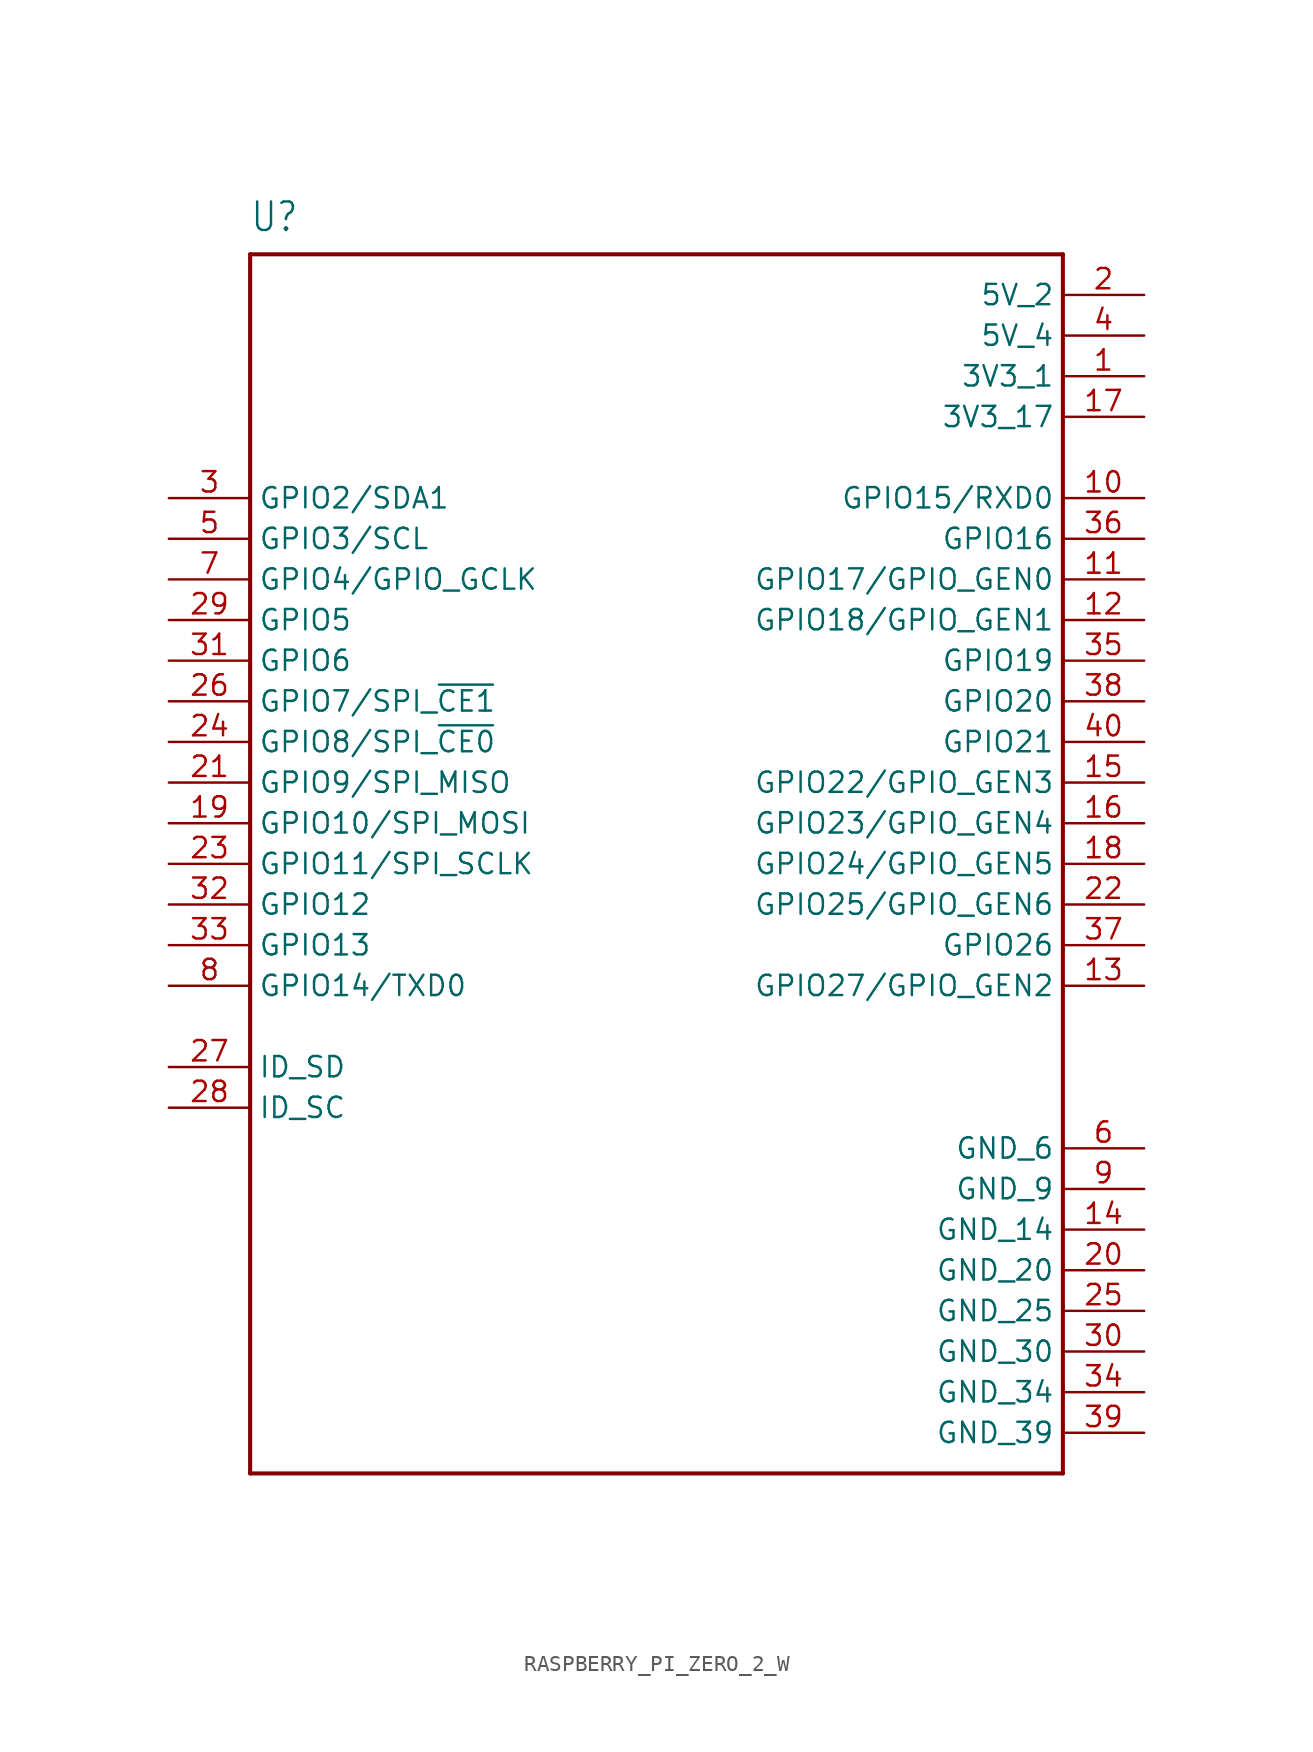
<source format=kicad_sym>
(kicad_symbol_lib
  (version 20231120)
  (generator "kicad_symbol_editor")
  (generator_version "8.0")
  (symbol "RASPBERRY_PI_ZERO_2_W"
    (property "Reference" "U"
      (at -25.42 39.396 0)
      (effects (font (size 1.78 1.513)) (justify left bottom)))
    (property "Value" ""
      (at -25.419 -40.669 0)
      (effects (font (size 1.78 1.513)) (justify left bottom)))
    (property "ki_locked" ""
      (at 0 0 0)
      (effects (font (size 1.27 1.27))))
    (symbol "RASPBERRY_PI_ZERO_2_W_1_0"
      (polyline (pts (xy -25.4 -38.1) (xy -25.4 38.1)) (stroke (width 0.254) (type solid)) (fill (type none)))
      (polyline (pts (xy -25.4 38.1) (xy 25.4 38.1)) (stroke (width 0.254) (type solid)) (fill (type none)))
      (polyline (pts (xy 25.4 -38.1) (xy -25.4 -38.1)) (stroke (width 0.254) (type solid)) (fill (type none)))
      (polyline (pts (xy 25.4 38.1) (xy 25.4 -38.1)) (stroke (width 0.254) (type solid)) (fill (type none)))
      (pin power_in line (at 30.48 30.48 180) (length 5.08) (name "3V3_1" (effects (font (size 1.27 1.27)))) (number "1" (effects (font (size 1.27 1.27)))))
      (pin bidirectional line (at 30.48 22.86 180) (length 5.08) (name "GPIO15/RXD0" (effects (font (size 1.27 1.27)))) (number "10" (effects (font (size 1.27 1.27)))))
      (pin bidirectional line (at 30.48 17.78 180) (length 5.08) (name "GPIO17/GPIO_GEN0" (effects (font (size 1.27 1.27)))) (number "11" (effects (font (size 1.27 1.27)))))
      (pin bidirectional line (at 30.48 15.24 180) (length 5.08) (name "GPIO18/GPIO_GEN1" (effects (font (size 1.27 1.27)))) (number "12" (effects (font (size 1.27 1.27)))))
      (pin bidirectional line (at 30.48 -7.62 180) (length 5.08) (name "GPIO27/GPIO_GEN2" (effects (font (size 1.27 1.27)))) (number "13" (effects (font (size 1.27 1.27)))))
      (pin power_in line (at 30.48 -22.86 180) (length 5.08) (name "GND_14" (effects (font (size 1.27 1.27)))) (number "14" (effects (font (size 1.27 1.27)))))
      (pin bidirectional line (at 30.48 5.08 180) (length 5.08) (name "GPIO22/GPIO_GEN3" (effects (font (size 1.27 1.27)))) (number "15" (effects (font (size 1.27 1.27)))))
      (pin bidirectional line (at 30.48 2.54 180) (length 5.08) (name "GPIO23/GPIO_GEN4" (effects (font (size 1.27 1.27)))) (number "16" (effects (font (size 1.27 1.27)))))
      (pin power_in line (at 30.48 27.94 180) (length 5.08) (name "3V3_17" (effects (font (size 1.27 1.27)))) (number "17" (effects (font (size 1.27 1.27)))))
      (pin bidirectional line (at 30.48 0 180) (length 5.08) (name "GPIO24/GPIO_GEN5" (effects (font (size 1.27 1.27)))) (number "18" (effects (font (size 1.27 1.27)))))
      (pin bidirectional line (at -30.48 2.54 0) (length 5.08) (name "GPIO10/SPI_MOSI" (effects (font (size 1.27 1.27)))) (number "19" (effects (font (size 1.27 1.27)))))
      (pin power_in line (at 30.48 35.56 180) (length 5.08) (name "5V_2" (effects (font (size 1.27 1.27)))) (number "2" (effects (font (size 1.27 1.27)))))
      (pin power_in line (at 30.48 -25.4 180) (length 5.08) (name "GND_20" (effects (font (size 1.27 1.27)))) (number "20" (effects (font (size 1.27 1.27)))))
      (pin bidirectional line (at -30.48 5.08 0) (length 5.08) (name "GPIO9/SPI_MISO" (effects (font (size 1.27 1.27)))) (number "21" (effects (font (size 1.27 1.27)))))
      (pin bidirectional line (at 30.48 -2.54 180) (length 5.08) (name "GPIO25/GPIO_GEN6" (effects (font (size 1.27 1.27)))) (number "22" (effects (font (size 1.27 1.27)))))
      (pin bidirectional line (at -30.48 0 0) (length 5.08) (name "GPIO11/SPI_SCLK" (effects (font (size 1.27 1.27)))) (number "23" (effects (font (size 1.27 1.27)))))
      (pin bidirectional line (at -30.48 7.62 0) (length 5.08) (name "GPIO8/SPI_~{CE0}" (effects (font (size 1.27 1.27)))) (number "24" (effects (font (size 1.27 1.27)))))
      (pin power_in line (at 30.48 -27.94 180) (length 5.08) (name "GND_25" (effects (font (size 1.27 1.27)))) (number "25" (effects (font (size 1.27 1.27)))))
      (pin bidirectional line (at -30.48 10.16 0) (length 5.08) (name "GPIO7/SPI_~{CE1}" (effects (font (size 1.27 1.27)))) (number "26" (effects (font (size 1.27 1.27)))))
      (pin bidirectional line (at -30.48 -12.7 0) (length 5.08) (name "ID_SD" (effects (font (size 1.27 1.27)))) (number "27" (effects (font (size 1.27 1.27)))))
      (pin bidirectional line (at -30.48 -15.24 0) (length 5.08) (name "ID_SC" (effects (font (size 1.27 1.27)))) (number "28" (effects (font (size 1.27 1.27)))))
      (pin bidirectional line (at -30.48 15.24 0) (length 5.08) (name "GPIO5" (effects (font (size 1.27 1.27)))) (number "29" (effects (font (size 1.27 1.27)))))
      (pin bidirectional line (at -30.48 22.86 0) (length 5.08) (name "GPIO2/SDA1" (effects (font (size 1.27 1.27)))) (number "3" (effects (font (size 1.27 1.27)))))
      (pin power_in line (at 30.48 -30.48 180) (length 5.08) (name "GND_30" (effects (font (size 1.27 1.27)))) (number "30" (effects (font (size 1.27 1.27)))))
      (pin bidirectional line (at -30.48 12.7 0) (length 5.08) (name "GPIO6" (effects (font (size 1.27 1.27)))) (number "31" (effects (font (size 1.27 1.27)))))
      (pin bidirectional line (at -30.48 -2.54 0) (length 5.08) (name "GPIO12" (effects (font (size 1.27 1.27)))) (number "32" (effects (font (size 1.27 1.27)))))
      (pin bidirectional line (at -30.48 -5.08 0) (length 5.08) (name "GPIO13" (effects (font (size 1.27 1.27)))) (number "33" (effects (font (size 1.27 1.27)))))
      (pin power_in line (at 30.48 -33.02 180) (length 5.08) (name "GND_34" (effects (font (size 1.27 1.27)))) (number "34" (effects (font (size 1.27 1.27)))))
      (pin bidirectional line (at 30.48 12.7 180) (length 5.08) (name "GPIO19" (effects (font (size 1.27 1.27)))) (number "35" (effects (font (size 1.27 1.27)))))
      (pin bidirectional line (at 30.48 20.32 180) (length 5.08) (name "GPIO16" (effects (font (size 1.27 1.27)))) (number "36" (effects (font (size 1.27 1.27)))))
      (pin bidirectional line (at 30.48 -5.08 180) (length 5.08) (name "GPIO26" (effects (font (size 1.27 1.27)))) (number "37" (effects (font (size 1.27 1.27)))))
      (pin bidirectional line (at 30.48 10.16 180) (length 5.08) (name "GPIO20" (effects (font (size 1.27 1.27)))) (number "38" (effects (font (size 1.27 1.27)))))
      (pin power_in line (at 30.48 -35.56 180) (length 5.08) (name "GND_39" (effects (font (size 1.27 1.27)))) (number "39" (effects (font (size 1.27 1.27)))))
      (pin power_in line (at 30.48 33.02 180) (length 5.08) (name "5V_4" (effects (font (size 1.27 1.27)))) (number "4" (effects (font (size 1.27 1.27)))))
      (pin bidirectional line (at 30.48 7.62 180) (length 5.08) (name "GPIO21" (effects (font (size 1.27 1.27)))) (number "40" (effects (font (size 1.27 1.27)))))
      (pin bidirectional line (at -30.48 20.32 0) (length 5.08) (name "GPIO3/SCL" (effects (font (size 1.27 1.27)))) (number "5" (effects (font (size 1.27 1.27)))))
      (pin power_in line (at 30.48 -17.78 180) (length 5.08) (name "GND_6" (effects (font (size 1.27 1.27)))) (number "6" (effects (font (size 1.27 1.27)))))
      (pin bidirectional line (at -30.48 17.78 0) (length 5.08) (name "GPIO4/GPIO_GCLK" (effects (font (size 1.27 1.27)))) (number "7" (effects (font (size 1.27 1.27)))))
      (pin bidirectional line (at -30.48 -7.62 0) (length 5.08) (name "GPIO14/TXD0" (effects (font (size 1.27 1.27)))) (number "8" (effects (font (size 1.27 1.27)))))
      (pin power_in line (at 30.48 -20.32 180) (length 5.08) (name "GND_9" (effects (font (size 1.27 1.27)))) (number "9" (effects (font (size 1.27 1.27))))))))
</source>
